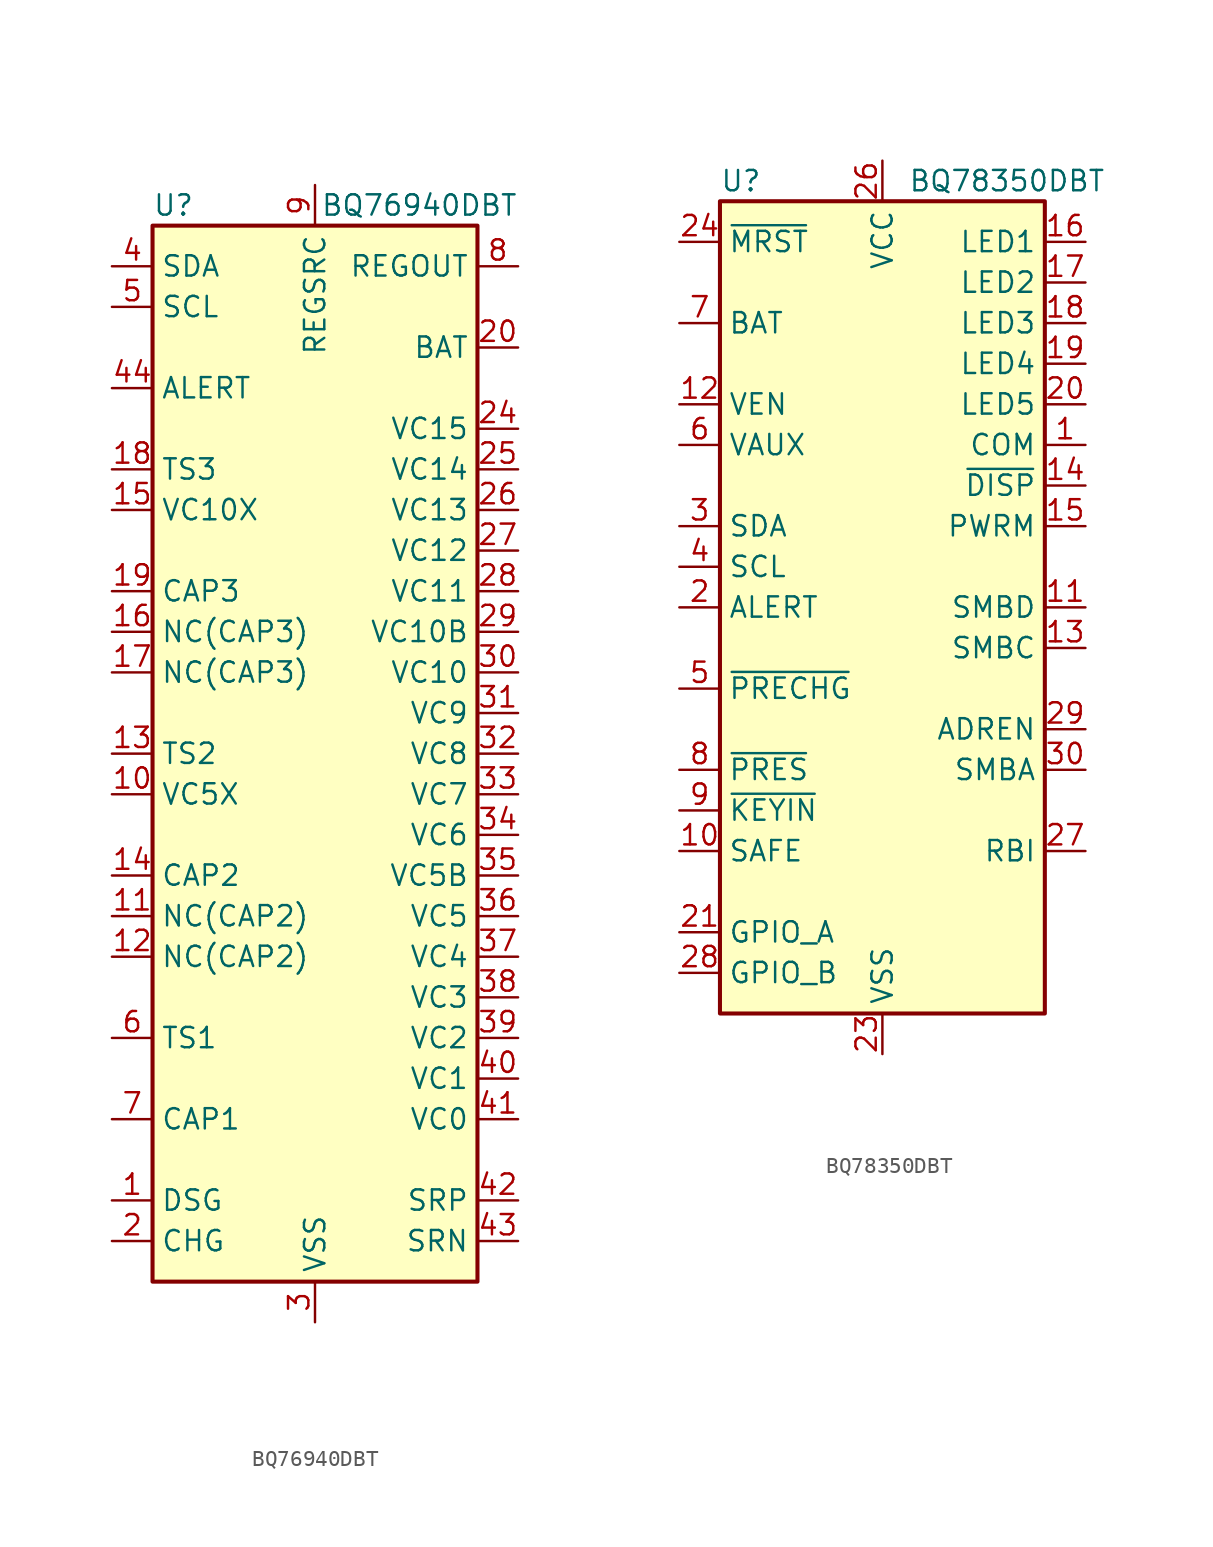
<source format=kicad_sym>
(kicad_symbol_lib
  (version 20201005)
  (generator kicad_symbol_editor)
  (symbol "BQ76940DBT"
    (property "Reference" "U"
      (at -10.16 34.29 0)
      (effects (font (size 1.27 1.27)) (justify left)))
    (property "Value" "BQ76940DBT"
      (at 12.7 34.29 0)
      (effects (font (size 1.27 1.27)) (justify right)))
    (symbol "BQ76940DBT_0_1"
      (rectangle (start -10.16 33.02) (end 10.16 -33.02) (stroke (width 0.254)) (fill (type background))))
    (symbol "BQ76940DBT_1_0"
      (pin passive line (at -12.7 -2.54 0) (length 2.54) (name "VC5X" (effects (font (size 1.27 1.27)))) (number "10" (effects (font (size 1.27 1.27)))))
      (pin passive line (at -12.7 -10.16 0) (length 2.54) (name "NC(CAP2)" (effects (font (size 1.27 1.27)))) (number "11" (effects (font (size 1.27 1.27)))))
      (pin passive line (at -12.7 -12.7 0) (length 2.54) (name "NC(CAP2)" (effects (font (size 1.27 1.27)))) (number "12" (effects (font (size 1.27 1.27)))))
      (pin passive line (at -12.7 0 0) (length 2.54) (name "TS2" (effects (font (size 1.27 1.27)))) (number "13" (effects (font (size 1.27 1.27)))))
      (pin passive line (at -12.7 -7.62 0) (length 2.54) (name "CAP2" (effects (font (size 1.27 1.27)))) (number "14" (effects (font (size 1.27 1.27)))))
      (pin passive line (at -12.7 15.24 0) (length 2.54) (name "VC10X" (effects (font (size 1.27 1.27)))) (number "15" (effects (font (size 1.27 1.27)))))
      (pin passive line (at -12.7 7.62 0) (length 2.54) (name "NC(CAP3)" (effects (font (size 1.27 1.27)))) (number "16" (effects (font (size 1.27 1.27)))))
      (pin passive line (at -12.7 5.08 0) (length 2.54) (name "NC(CAP3)" (effects (font (size 1.27 1.27)))) (number "17" (effects (font (size 1.27 1.27)))))
      (pin passive line (at -12.7 17.78 0) (length 2.54) (name "TS3" (effects (font (size 1.27 1.27)))) (number "18" (effects (font (size 1.27 1.27)))))
      (pin passive line (at -12.7 10.16 0) (length 2.54) (name "CAP3" (effects (font (size 1.27 1.27)))) (number "19" (effects (font (size 1.27 1.27)))))
      (pin input line (at 12.7 25.4 180) (length 2.54) (name "BAT" (effects (font (size 1.27 1.27)))) (number "20" (effects (font (size 1.27 1.27)))))
      (pin no_connect line (at -5.08 -33.02 90) (length 2.54) hide (name "NC" (effects (font (size 1.27 1.27)))) (number "21" (effects (font (size 1.27 1.27)))))
      (pin no_connect line (at -2.54 -33.02 90) (length 2.54) hide (name "NC" (effects (font (size 1.27 1.27)))) (number "22" (effects (font (size 1.27 1.27)))))
      (pin no_connect line (at 2.54 -33.02 90) (length 2.54) hide (name "NC" (effects (font (size 1.27 1.27)))) (number "23" (effects (font (size 1.27 1.27)))))
      (pin input line (at 12.7 20.32 180) (length 2.54) (name "VC15" (effects (font (size 1.27 1.27)))) (number "24" (effects (font (size 1.27 1.27)))))
      (pin input line (at 12.7 17.78 180) (length 2.54) (name "VC14" (effects (font (size 1.27 1.27)))) (number "25" (effects (font (size 1.27 1.27)))))
      (pin input line (at 12.7 15.24 180) (length 2.54) (name "VC13" (effects (font (size 1.27 1.27)))) (number "26" (effects (font (size 1.27 1.27)))))
      (pin input line (at 12.7 12.7 180) (length 2.54) (name "VC12" (effects (font (size 1.27 1.27)))) (number "27" (effects (font (size 1.27 1.27)))))
      (pin input line (at 12.7 10.16 180) (length 2.54) (name "VC11" (effects (font (size 1.27 1.27)))) (number "28" (effects (font (size 1.27 1.27)))))
      (pin input line (at 12.7 7.62 180) (length 2.54) (name "VC10B" (effects (font (size 1.27 1.27)))) (number "29" (effects (font (size 1.27 1.27)))))
      (pin input line (at 12.7 5.08 180) (length 2.54) (name "VC10" (effects (font (size 1.27 1.27)))) (number "30" (effects (font (size 1.27 1.27)))))
      (pin input line (at 12.7 2.54 180) (length 2.54) (name "VC9" (effects (font (size 1.27 1.27)))) (number "31" (effects (font (size 1.27 1.27)))))
      (pin input line (at 12.7 0 180) (length 2.54) (name "VC8" (effects (font (size 1.27 1.27)))) (number "32" (effects (font (size 1.27 1.27)))))
      (pin input line (at 12.7 -2.54 180) (length 2.54) (name "VC7" (effects (font (size 1.27 1.27)))) (number "33" (effects (font (size 1.27 1.27)))))
      (pin input line (at 12.7 -5.08 180) (length 2.54) (name "VC6" (effects (font (size 1.27 1.27)))) (number "34" (effects (font (size 1.27 1.27)))))
      (pin input line (at 12.7 -7.62 180) (length 2.54) (name "VC5B" (effects (font (size 1.27 1.27)))) (number "35" (effects (font (size 1.27 1.27)))))
      (pin input line (at 12.7 -10.16 180) (length 2.54) (name "VC5" (effects (font (size 1.27 1.27)))) (number "36" (effects (font (size 1.27 1.27)))))
      (pin input line (at 12.7 -12.7 180) (length 2.54) (name "VC4" (effects (font (size 1.27 1.27)))) (number "37" (effects (font (size 1.27 1.27)))))
      (pin input line (at 12.7 -15.24 180) (length 2.54) (name "VC3" (effects (font (size 1.27 1.27)))) (number "38" (effects (font (size 1.27 1.27)))))
      (pin input line (at 12.7 -17.78 180) (length 2.54) (name "VC2" (effects (font (size 1.27 1.27)))) (number "39" (effects (font (size 1.27 1.27)))))
      (pin input line (at 12.7 -20.32 180) (length 2.54) (name "VC1" (effects (font (size 1.27 1.27)))) (number "40" (effects (font (size 1.27 1.27)))))
      (pin input line (at 12.7 -22.86 180) (length 2.54) (name "VC0" (effects (font (size 1.27 1.27)))) (number "41" (effects (font (size 1.27 1.27)))))
      (pin input line (at 12.7 -27.94 180) (length 2.54) (name "SRP" (effects (font (size 1.27 1.27)))) (number "42" (effects (font (size 1.27 1.27)))))
      (pin input line (at 12.7 -30.48 180) (length 2.54) (name "SRN" (effects (font (size 1.27 1.27)))) (number "43" (effects (font (size 1.27 1.27)))))
      (pin bidirectional line (at -12.7 22.86 0) (length 2.54) (name "ALERT" (effects (font (size 1.27 1.27)))) (number "44" (effects (font (size 1.27 1.27)))))
      (pin passive line (at -12.7 -17.78 0) (length 2.54) (name "TS1" (effects (font (size 1.27 1.27)))) (number "6" (effects (font (size 1.27 1.27)))))
      (pin passive line (at -12.7 -22.86 0) (length 2.54) (name "CAP1" (effects (font (size 1.27 1.27)))) (number "7" (effects (font (size 1.27 1.27)))))
      (pin power_out line (at 12.7 30.48 180) (length 2.54) (name "REGOUT" (effects (font (size 1.27 1.27)))) (number "8" (effects (font (size 1.27 1.27)))))
      (pin power_in line (at 0 35.56 270) (length 2.54) (name "REGSRC" (effects (font (size 1.27 1.27)))) (number "9" (effects (font (size 1.27 1.27))))))
    (symbol "BQ76940DBT_1_1"
      (pin output line (at -12.7 -27.94 0) (length 2.54) (name "DSG" (effects (font (size 1.27 1.27)))) (number "1" (effects (font (size 1.27 1.27)))))
      (pin output line (at -12.7 -30.48 0) (length 2.54) (name "CHG" (effects (font (size 1.27 1.27)))) (number "2" (effects (font (size 1.27 1.27)))))
      (pin power_in line (at 0 -35.56 90) (length 2.54) (name "VSS" (effects (font (size 1.27 1.27)))) (number "3" (effects (font (size 1.27 1.27)))))
      (pin bidirectional line (at -12.7 30.48 0) (length 2.54) (name "SDA" (effects (font (size 1.27 1.27)))) (number "4" (effects (font (size 1.27 1.27)))))
      (pin input line (at -12.7 27.94 0) (length 2.54) (name "SCL" (effects (font (size 1.27 1.27)))) (number "5" (effects (font (size 1.27 1.27)))))))
  (symbol "BQ78350DBT"
    (property "Reference" "U"
      (at -10.16 26.67 0)
      (effects (font (size 1.27 1.27)) (justify left)))
    (property "Value" "BQ78350DBT"
      (at 13.97 26.67 0)
      (effects (font (size 1.27 1.27)) (justify right)))
    (symbol "BQ78350DBT_0_1"
      (rectangle (start -10.16 25.4) (end 10.16 -25.4) (stroke (width 0.254)) (fill (type background))))
    (symbol "BQ78350DBT_1_1"
      (pin open_collector line (at 12.7 10.16 180) (length 2.54) (name "COM" (effects (font (size 1.27 1.27)))) (number "1" (effects (font (size 1.27 1.27)))))
      (pin output line (at -12.7 -15.24 0) (length 2.54) (name "SAFE" (effects (font (size 1.27 1.27)))) (number "10" (effects (font (size 1.27 1.27)))))
      (pin bidirectional line (at 12.7 0 180) (length 2.54) (name "SMBD" (effects (font (size 1.27 1.27)))) (number "11" (effects (font (size 1.27 1.27)))))
      (pin open_collector line (at -12.7 12.7 0) (length 2.54) (name "VEN" (effects (font (size 1.27 1.27)))) (number "12" (effects (font (size 1.27 1.27)))))
      (pin bidirectional line (at 12.7 -2.54 180) (length 2.54) (name "SMBC" (effects (font (size 1.27 1.27)))) (number "13" (effects (font (size 1.27 1.27)))))
      (pin input line (at 12.7 7.62 180) (length 2.54) (name "~DISP" (effects (font (size 1.27 1.27)))) (number "14" (effects (font (size 1.27 1.27)))))
      (pin open_collector line (at 12.7 5.08 180) (length 2.54) (name "PWRM" (effects (font (size 1.27 1.27)))) (number "15" (effects (font (size 1.27 1.27)))))
      (pin output line (at 12.7 22.86 180) (length 2.54) (name "LED1" (effects (font (size 1.27 1.27)))) (number "16" (effects (font (size 1.27 1.27)))))
      (pin output line (at 12.7 20.32 180) (length 2.54) (name "LED2" (effects (font (size 1.27 1.27)))) (number "17" (effects (font (size 1.27 1.27)))))
      (pin output line (at 12.7 17.78 180) (length 2.54) (name "LED3" (effects (font (size 1.27 1.27)))) (number "18" (effects (font (size 1.27 1.27)))))
      (pin output line (at 12.7 15.24 180) (length 2.54) (name "LED4" (effects (font (size 1.27 1.27)))) (number "19" (effects (font (size 1.27 1.27)))))
      (pin bidirectional line (at -12.7 0 0) (length 2.54) (name "ALERT" (effects (font (size 1.27 1.27)))) (number "2" (effects (font (size 1.27 1.27)))))
      (pin output line (at 12.7 12.7 180) (length 2.54) (name "LED5" (effects (font (size 1.27 1.27)))) (number "20" (effects (font (size 1.27 1.27)))))
      (pin bidirectional line (at -12.7 -20.32 0) (length 2.54) (name "GPIO_A" (effects (font (size 1.27 1.27)))) (number "21" (effects (font (size 1.27 1.27)))))
      (pin passive line (at 0 -27.94 90) (length 2.54) hide (name "VSS" (effects (font (size 1.27 1.27)))) (number "22" (effects (font (size 1.27 1.27)))))
      (pin power_in line (at 0 -27.94 90) (length 2.54) (name "VSS" (effects (font (size 1.27 1.27)))) (number "23" (effects (font (size 1.27 1.27)))))
      (pin input line (at -12.7 22.86 0) (length 2.54) (name "~MRST" (effects (font (size 1.27 1.27)))) (number "24" (effects (font (size 1.27 1.27)))))
      (pin passive line (at 0 -27.94 90) (length 2.54) hide (name "VSS" (effects (font (size 1.27 1.27)))) (number "25" (effects (font (size 1.27 1.27)))))
      (pin power_in line (at 0 27.94 270) (length 2.54) (name "VCC" (effects (font (size 1.27 1.27)))) (number "26" (effects (font (size 1.27 1.27)))))
      (pin passive line (at 12.7 -15.24 180) (length 2.54) (name "RBI" (effects (font (size 1.27 1.27)))) (number "27" (effects (font (size 1.27 1.27)))))
      (pin bidirectional line (at -12.7 -22.86 0) (length 2.54) (name "GPIO_B" (effects (font (size 1.27 1.27)))) (number "28" (effects (font (size 1.27 1.27)))))
      (pin output line (at 12.7 -7.62 180) (length 2.54) (name "ADREN" (effects (font (size 1.27 1.27)))) (number "29" (effects (font (size 1.27 1.27)))))
      (pin bidirectional line (at -12.7 5.08 0) (length 2.54) (name "SDA" (effects (font (size 1.27 1.27)))) (number "3" (effects (font (size 1.27 1.27)))))
      (pin input line (at 12.7 -10.16 180) (length 2.54) (name "SMBA" (effects (font (size 1.27 1.27)))) (number "30" (effects (font (size 1.27 1.27)))))
      (pin output line (at -12.7 2.54 0) (length 2.54) (name "SCL" (effects (font (size 1.27 1.27)))) (number "4" (effects (font (size 1.27 1.27)))))
      (pin output line (at -12.7 -5.08 0) (length 2.54) (name "~PRECHG" (effects (font (size 1.27 1.27)))) (number "5" (effects (font (size 1.27 1.27)))))
      (pin input line (at -12.7 10.16 0) (length 2.54) (name "VAUX" (effects (font (size 1.27 1.27)))) (number "6" (effects (font (size 1.27 1.27)))))
      (pin input line (at -12.7 17.78 0) (length 2.54) (name "BAT" (effects (font (size 1.27 1.27)))) (number "7" (effects (font (size 1.27 1.27)))))
      (pin input line (at -12.7 -10.16 0) (length 2.54) (name "~PRES" (effects (font (size 1.27 1.27)))) (number "8" (effects (font (size 1.27 1.27)))))
      (pin input line (at -12.7 -12.7 0) (length 2.54) (name "~KEYIN" (effects (font (size 1.27 1.27)))) (number "9" (effects (font (size 1.27 1.27))))))))
</source>
